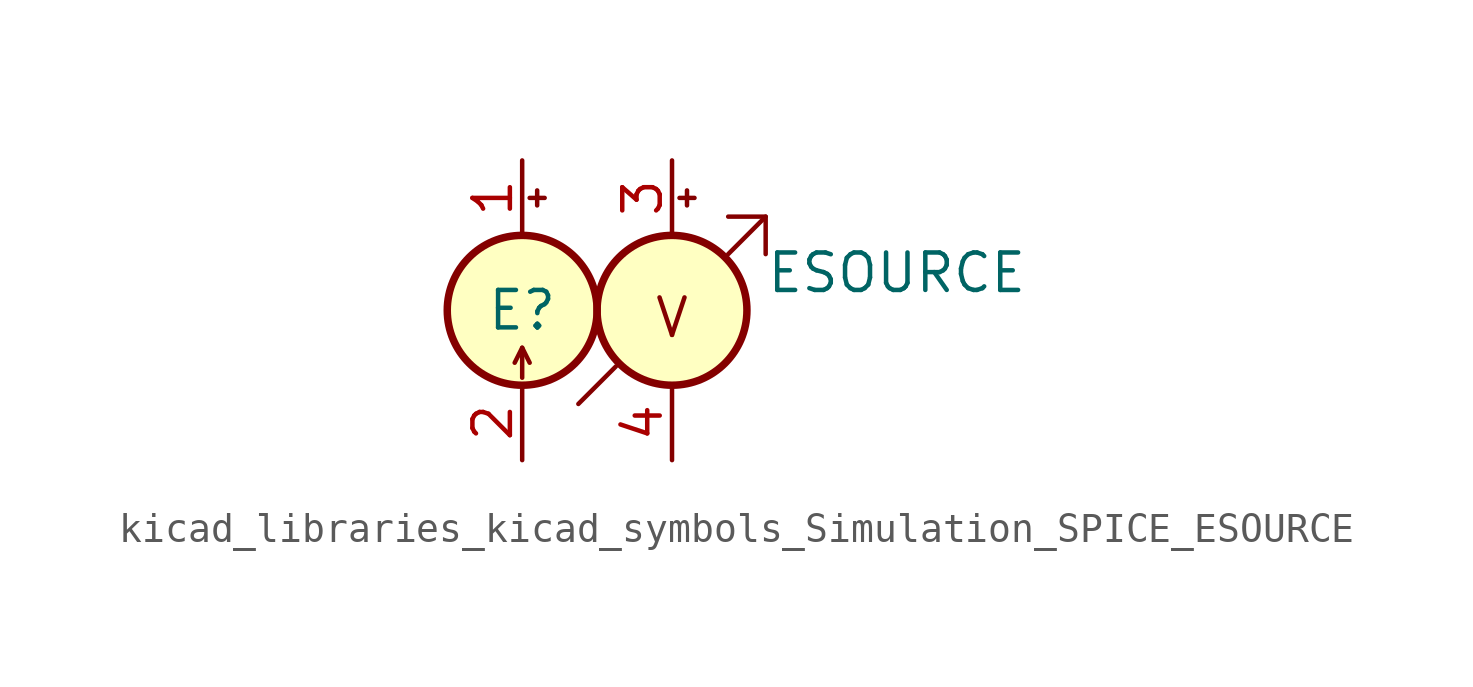
<source format=kicad_sym>
(kicad_symbol_lib
  (version 20220914)
  (generator kicad_symbol_editor)
  (symbol "kicad_libraries_kicad_symbols_Simulation_SPICE_ESOURCE"
    (pin_names
      (offset 1.016) hide)
    (property "Reference" "E"
      (at 0 0 0)
      (effects (font (size 1.27 1.27))))
    (property "Value" "ESOURCE"
      (at 12.7 1.27 0)
      (effects (font (size 1.27 1.27))))
    (symbol "kicad_libraries_kicad_symbols_Simulation_SPICE_ESOURCE_0_1"
      (polyline (pts (xy 0 -1.27) (xy 0 -2.286)) (stroke (width 0) (type default)) (fill (type none)))
      (polyline (pts (xy 0.254 -1.778) (xy 0 -1.27) (xy -0.254 -1.778)) (stroke (width 0) (type default)) (fill (type none)))
      (circle (center 0 0) (radius 2.54) (stroke (width 0.254) (type default)) (fill (type background))))
    (symbol "kicad_libraries_kicad_symbols_Simulation_SPICE_ESOURCE_1_1"
      (polyline (pts (xy 0.254 3.81) (xy 0.762 3.81)) (stroke (width 0) (type default)) (fill (type none)))
      (polyline (pts (xy 0.508 4.064) (xy 0.508 3.556)) (stroke (width 0) (type default)) (fill (type none)))
      (polyline (pts (xy 1.905 -3.175) (xy 3.175 -1.905)) (stroke (width 0) (type default)) (fill (type none)))
      (polyline (pts (xy 5.334 3.81) (xy 5.842 3.81)) (stroke (width 0) (type default)) (fill (type none)))
      (polyline (pts (xy 5.588 4.064) (xy 5.588 3.556)) (stroke (width 0) (type default)) (fill (type none)))
      (polyline (pts (xy 6.985 1.905) (xy 8.255 3.175)) (stroke (width 0) (type default)) (fill (type none)))
      (polyline (pts (xy 6.985 3.175) (xy 8.255 3.175) (xy 8.255 1.905)) (stroke (width 0) (type default)) (fill (type none)))
      (circle (center 5.08 0) (radius 2.54) (stroke (width 0.254) (type default)) (fill (type background)))
      (text "V" (at 5.08 -0.254 0) (effects (font (size 1.27 1.27))))
      (pin input line (at 0 5.08 270) (length 2.54) (name "N+" (effects (font (size 1.27 1.27)))) (number "1" (effects (font (size 1.27 1.27)))))
      (pin input line (at 0 -5.08 90) (length 2.54) (name "N-" (effects (font (size 1.27 1.27)))) (number "2" (effects (font (size 1.27 1.27)))))
      (pin passive line (at 5.08 5.08 270) (length 2.54) (name "C+" (effects (font (size 1.27 1.27)))) (number "3" (effects (font (size 1.27 1.27)))))
      (pin passive line (at 5.08 -5.08 90) (length 2.54) (name "C-" (effects (font (size 1.27 1.27)))) (number "4" (effects (font (size 1.27 1.27))))))))
</source>
